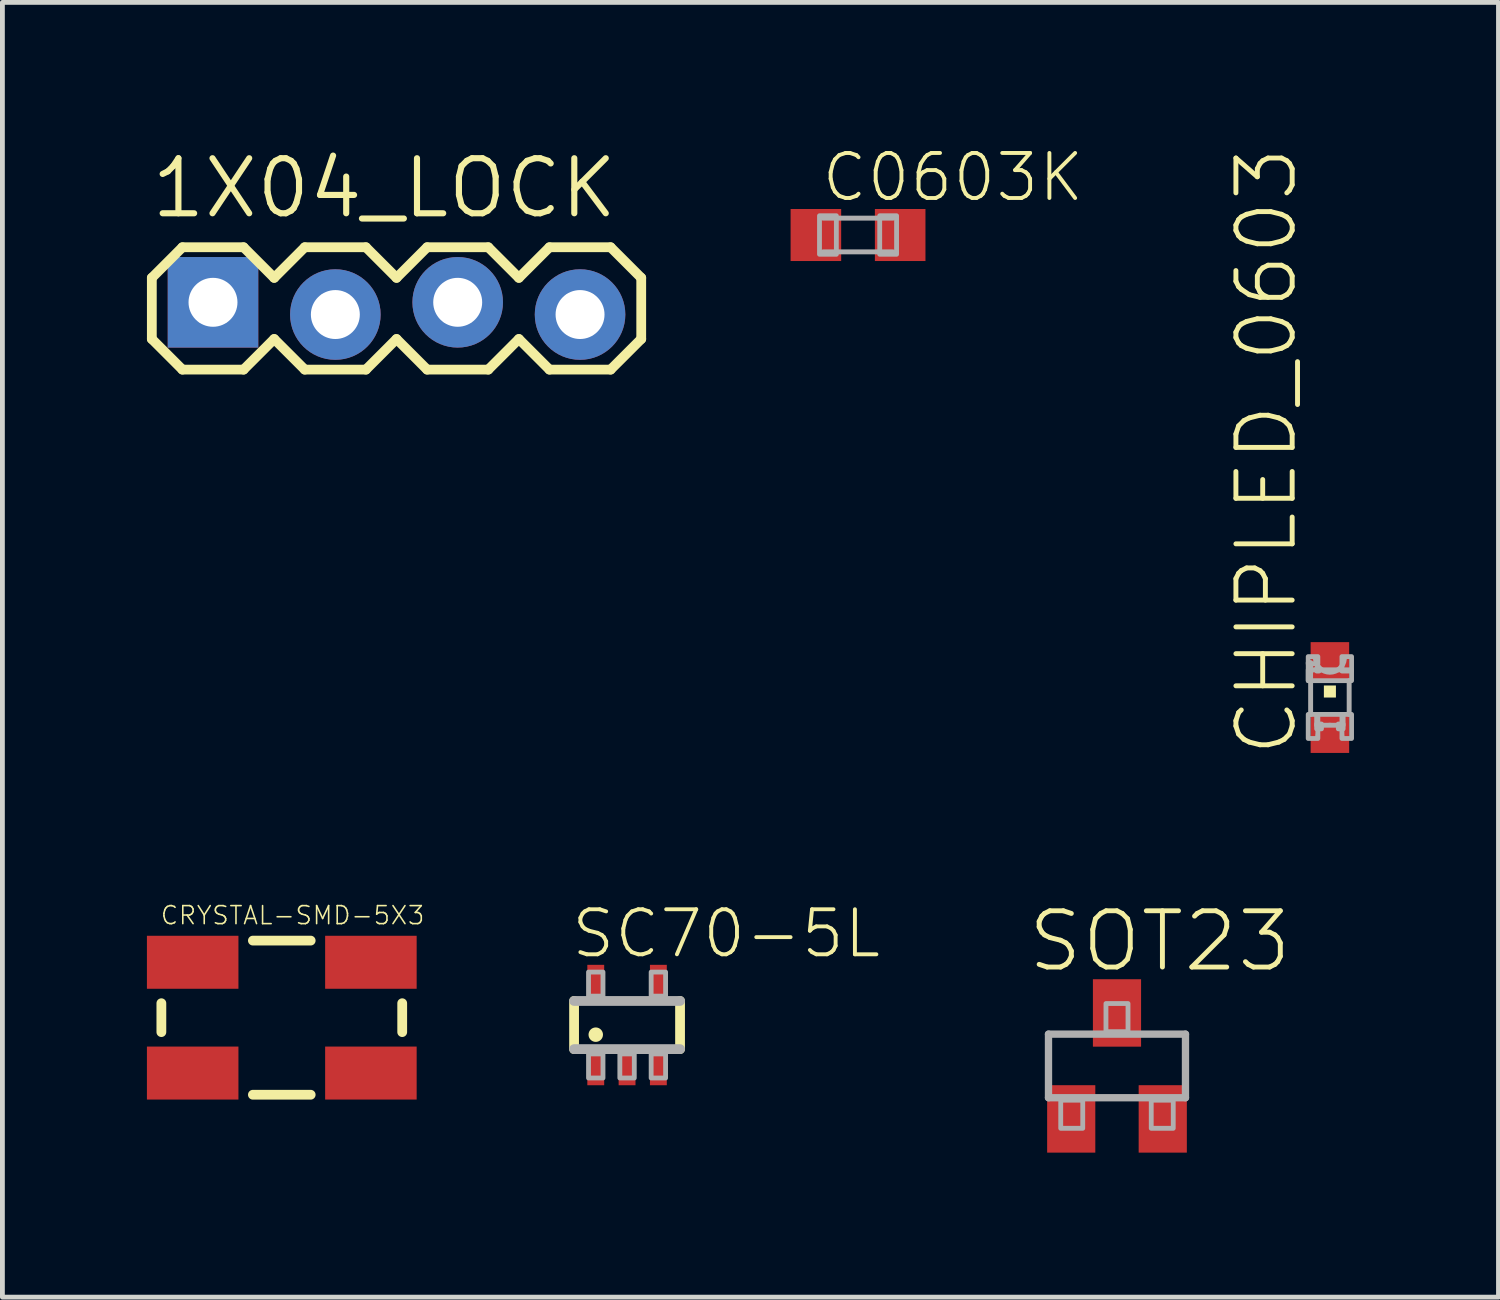
<source format=kicad_pcb>
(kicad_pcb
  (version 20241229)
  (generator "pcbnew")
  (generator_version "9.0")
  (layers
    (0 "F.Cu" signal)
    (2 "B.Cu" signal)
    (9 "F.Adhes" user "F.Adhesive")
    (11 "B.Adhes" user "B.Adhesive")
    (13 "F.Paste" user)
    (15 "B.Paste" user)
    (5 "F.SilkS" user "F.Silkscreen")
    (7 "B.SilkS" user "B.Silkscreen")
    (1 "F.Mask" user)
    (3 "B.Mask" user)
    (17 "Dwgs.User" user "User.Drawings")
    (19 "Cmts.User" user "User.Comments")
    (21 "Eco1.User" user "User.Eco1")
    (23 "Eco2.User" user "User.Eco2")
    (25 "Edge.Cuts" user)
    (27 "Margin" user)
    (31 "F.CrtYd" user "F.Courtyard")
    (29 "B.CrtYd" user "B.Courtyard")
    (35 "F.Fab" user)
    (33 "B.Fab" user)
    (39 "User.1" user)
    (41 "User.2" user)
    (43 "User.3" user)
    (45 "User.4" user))
  (footprint "C0603K"
    (layer "F.Cu")
    (at 14.763 1.829)
    (property "Reference" "C0603K" (at -0.8 -0.65 0) (layer "F.SilkS") (effects (font (size 0.935 0.935) (thickness 0.081)) (justify left bottom)))
    (fp_line (start -0.725 -0.35) (end 0.725 -0.35) (stroke (width 0.102) (type solid)) (layer "F.Fab"))
    (fp_line (start 0.725 0.35) (end -0.725 0.35) (stroke (width 0.102) (type solid)) (layer "F.Fab"))
    (fp_poly (pts (xy -0.8 0.4) (xy -0.45 0.4) (xy -0.45 -0.4) (xy -0.8 -0.4)) (stroke (width 0.1) (type solid)) (fill no) (layer "F.Fab"))
    (fp_poly (pts (xy 0.45 0.4) (xy 0.8 0.4) (xy 0.8 -0.4) (xy 0.45 -0.4)) (stroke (width 0.1) (type solid)) (fill no) (layer "F.Fab"))
    (pad "1" smd rect (at -0.875 0) (size 1.05 1.08) (layers "F.Cu" "F.Mask" "F.Paste"))
    (pad "2" smd rect (at 0.875 0) (size 1.05 1.08) (layers "F.Cu" "F.Mask" "F.Paste")))
  (footprint "1X04_LOCK"
    (layer "F.Cu")
    (at 1.372 3.353)
    (property "Reference" "1X04_LOCK" (at -1.346 -1.829 0) (layer "F.SilkS") (effects (font (size 1.143 1.143) (thickness 0.127)) (justify left bottom)))
    (fp_line (start -1.27 -0.635) (end -1.27 0.635) (stroke (width 0.203) (type solid)) (layer "F.SilkS"))
    (fp_line (start -1.27 0.635) (end -0.635 1.27) (stroke (width 0.203) (type solid)) (layer "F.SilkS"))
    (fp_line (start -0.635 -1.27) (end -1.27 -0.635) (stroke (width 0.203) (type solid)) (layer "F.SilkS"))
    (fp_line (start -0.635 -1.27) (end 0.635 -1.27) (stroke (width 0.203) (type solid)) (layer "F.SilkS"))
    (fp_line (start 0.635 -1.27) (end 1.27 -0.635) (stroke (width 0.203) (type solid)) (layer "F.SilkS"))
    (fp_line (start 0.635 1.27) (end -0.635 1.27) (stroke (width 0.203) (type solid)) (layer "F.SilkS"))
    (fp_line (start 1.27 -0.635) (end 1.905 -1.27) (stroke (width 0.203) (type solid)) (layer "F.SilkS"))
    (fp_line (start 1.27 0.635) (end 0.635 1.27) (stroke (width 0.203) (type solid)) (layer "F.SilkS"))
    (fp_line (start 1.905 -1.27) (end 3.175 -1.27) (stroke (width 0.203) (type solid)) (layer "F.SilkS"))
    (fp_line (start 1.905 1.27) (end 1.27 0.635) (stroke (width 0.203) (type solid)) (layer "F.SilkS"))
    (fp_line (start 3.175 -1.27) (end 3.81 -0.635) (stroke (width 0.203) (type solid)) (layer "F.SilkS"))
    (fp_line (start 3.175 1.27) (end 1.905 1.27) (stroke (width 0.203) (type solid)) (layer "F.SilkS"))
    (fp_line (start 3.81 -0.635) (end 4.445 -1.27) (stroke (width 0.203) (type solid)) (layer "F.SilkS"))
    (fp_line (start 3.81 0.635) (end 3.175 1.27) (stroke (width 0.203) (type solid)) (layer "F.SilkS"))
    (fp_line (start 4.445 -1.27) (end 5.715 -1.27) (stroke (width 0.203) (type solid)) (layer "F.SilkS"))
    (fp_line (start 4.445 1.27) (end 3.81 0.635) (stroke (width 0.203) (type solid)) (layer "F.SilkS"))
    (fp_line (start 5.715 -1.27) (end 6.35 -0.635) (stroke (width 0.203) (type solid)) (layer "F.SilkS"))
    (fp_line (start 5.715 1.27) (end 4.445 1.27) (stroke (width 0.203) (type solid)) (layer "F.SilkS"))
    (fp_line (start 6.35 0.635) (end 5.715 1.27) (stroke (width 0.203) (type solid)) (layer "F.SilkS"))
    (fp_line (start 6.35 0.635) (end 6.985 1.27) (stroke (width 0.203) (type solid)) (layer "F.SilkS"))
    (fp_line (start 6.985 -1.27) (end 6.35 -0.635) (stroke (width 0.203) (type solid)) (layer "F.SilkS"))
    (fp_line (start 6.985 -1.27) (end 8.255 -1.27) (stroke (width 0.203) (type solid)) (layer "F.SilkS"))
    (fp_line (start 8.255 -1.27) (end 8.89 -0.635) (stroke (width 0.203) (type solid)) (layer "F.SilkS"))
    (fp_line (start 8.255 1.27) (end 6.985 1.27) (stroke (width 0.203) (type solid)) (layer "F.SilkS"))
    (fp_line (start 8.89 -0.635) (end 8.89 0.635) (stroke (width 0.203) (type solid)) (layer "F.SilkS"))
    (fp_line (start 8.89 0.635) (end 8.255 1.27) (stroke (width 0.203) (type solid)) (layer "F.SilkS"))
    (fp_poly (pts (xy -0.254 0.254) (xy 0.254 0.254) (xy 0.254 -0.254) (xy -0.254 -0.254)) (stroke (width 0.1) (type solid)) (fill no) (layer "F.Fab"))
    (fp_poly (pts (xy 2.286 0.254) (xy 2.794 0.254) (xy 2.794 -0.254) (xy 2.286 -0.254)) (stroke (width 0.1) (type solid)) (fill no) (layer "F.Fab"))
    (fp_poly (pts (xy 4.826 0.254) (xy 5.334 0.254) (xy 5.334 -0.254) (xy 4.826 -0.254)) (stroke (width 0.1) (type solid)) (fill no) (layer "F.Fab"))
    (fp_poly (pts (xy 7.366 0.254) (xy 7.874 0.254) (xy 7.874 -0.254) (xy 7.366 -0.254)) (stroke (width 0.1) (type solid)) (fill no) (layer "F.Fab"))
    (pad "1" thru_hole rect (at 0 -0.127 90) (size 1.88 1.88) (drill 1.016) (layers "*.Cu" "*.Mask"))
    (pad "2" thru_hole circle (at 2.54 0.127 90) (size 1.88 1.88) (drill 1.016) (layers "*.Cu" "*.Mask"))
    (pad "3" thru_hole circle (at 5.08 -0.127 90) (size 1.88 1.88) (drill 1.016) (layers "*.Cu" "*.Mask"))
    (pad "4" thru_hole circle (at 7.62 0.127 90) (size 1.88 1.88) (drill 1.016) (layers "*.Cu" "*.Mask")))
  (footprint "CHIPLED_0603"
    (layer "F.Cu")
    (at 24.559 11.431)
    (property "Reference" "CHIPLED_0603" (at -0.635 1.27 90) (layer "F.SilkS") (effects (font (size 1.168 1.168) (thickness 0.102)) (justify left bottom)))
    (fp_poly (pts (xy -0.125 0) (xy 0.125 0) (xy 0.125 -0.25) (xy -0.125 -0.25)) (stroke (width 0) (type solid)) (fill yes) (layer "F.SilkS"))
    (fp_line (start -0.4 -0.375) (end -0.4 0.35) (stroke (width 0.102) (type solid)) (layer "F.Fab"))
    (fp_line (start 0.4 -0.35) (end 0.4 0.35) (stroke (width 0.102) (type solid)) (layer "F.Fab"))
    (fp_arc (start -0.275 0.825) (mid 0 0.55) (end 0.275 0.825) (stroke (width 0.0508) (type solid)) (layer "F.Fab"))
    (fp_arc (start 0.3 -0.799998) (mid -0.000001 -0.524966) (end -0.3 -0.8) (stroke (width 0.1016) (type solid)) (layer "F.Fab"))
    (fp_circle (center -0.35 -0.625) (end -0.275 -0.625) (stroke (width 0.051) (type solid)) (fill no) (layer "F.Fab"))
    (fp_poly (pts (xy -0.45 -0.7) (xy -0.25 -0.7) (xy -0.25 -0.85) (xy -0.45 -0.85)) (stroke (width 0.1) (type solid)) (fill no) (layer "F.Fab"))
    (fp_poly (pts (xy -0.45 -0.35) (xy -0.4 -0.35) (xy -0.4 -0.725) (xy -0.45 -0.725)) (stroke (width 0.1) (type solid)) (fill no) (layer "F.Fab"))
    (fp_poly (pts (xy -0.45 -0.35) (xy 0.45 -0.35) (xy 0.45 -0.575) (xy -0.45 -0.575)) (stroke (width 0.1) (type solid)) (fill no) (layer "F.Fab"))
    (fp_poly (pts (xy -0.45 0.85) (xy -0.25 0.85) (xy -0.25 0.35) (xy -0.45 0.35)) (stroke (width 0.1) (type solid)) (fill no) (layer "F.Fab"))
    (fp_poly (pts (xy -0.275 -0.55) (xy -0.225 -0.55) (xy -0.225 -0.6) (xy -0.275 -0.6)) (stroke (width 0.1) (type solid)) (fill no) (layer "F.Fab"))
    (fp_poly (pts (xy -0.275 0.575) (xy 0.275 0.575) (xy 0.275 0.35) (xy -0.275 0.35)) (stroke (width 0.1) (type solid)) (fill no) (layer "F.Fab"))
    (fp_poly (pts (xy -0.275 0.65) (xy -0.175 0.65) (xy -0.175 0.55) (xy -0.275 0.55)) (stroke (width 0.1) (type solid)) (fill no) (layer "F.Fab"))
    (fp_poly (pts (xy 0.175 0.65) (xy 0.275 0.65) (xy 0.275 0.55) (xy 0.175 0.55)) (stroke (width 0.1) (type solid)) (fill no) (layer "F.Fab"))
    (fp_poly (pts (xy 0.25 -0.55) (xy 0.45 -0.55) (xy 0.45 -0.85) (xy 0.25 -0.85)) (stroke (width 0.1) (type solid)) (fill no) (layer "F.Fab"))
    (fp_poly (pts (xy 0.25 0.85) (xy 0.45 0.85) (xy 0.45 0.35) (xy 0.25 0.35)) (stroke (width 0.1) (type solid)) (fill no) (layer "F.Fab"))
    (pad "A" smd rect (at 0 0.75) (size 0.8 0.8) (layers "F.Cu" "F.Mask" "F.Paste"))
    (pad "C" smd rect (at 0 -0.75) (size 0.8 0.8) (layers "F.Cu" "F.Mask" "F.Paste")))
  (footprint "CRYSTAL-SMD-5X3"
    (layer "F.Cu")
    (at 2.8 18.077)
    (property "Reference" "CRYSTAL-SMD-5X3" (at -2.54 -1.905 0) (layer "F.SilkS") (effects (font (size 0.374 0.374) (thickness 0.033)) (justify left bottom)))
    (fp_line (start -2.5 -0.3) (end -2.5 0.3) (stroke (width 0.203) (type solid)) (layer "F.SilkS"))
    (fp_line (start -0.6 -1.6) (end 0.6 -1.6) (stroke (width 0.203) (type solid)) (layer "F.SilkS"))
    (fp_line (start 0.6 1.6) (end -0.6 1.6) (stroke (width 0.203) (type solid)) (layer "F.SilkS"))
    (fp_line (start 2.5 -0.3) (end 2.5 0.3) (stroke (width 0.203) (type solid)) (layer "F.SilkS"))
    (pad "1" smd rect (at -1.85 1.15) (size 1.9 1.1) (layers "F.Cu" "F.Mask" "F.Paste"))
    (pad "2" smd rect (at 1.85 1.15) (size 1.9 1.1) (layers "F.Cu" "F.Mask" "F.Paste"))
    (pad "3" smd rect (at 1.85 -1.15) (size 1.9 1.1) (layers "F.Cu" "F.Mask" "F.Paste"))
    (pad "4" smd rect (at -1.85 -1.15) (size 1.9 1.1) (layers "F.Cu" "F.Mask" "F.Paste")))
  (footprint "SC70-5L"
    (layer "F.Cu")
    (at 9.968 18.23)
    (property "Reference" "SC70-5L" (at -1.2 -1.35 0) (layer "F.SilkS") (effects (font (size 0.935 0.935) (thickness 0.081)) (justify left bottom)))
    (fp_line (start -1.1 0.5) (end -1.1 -0.5) (stroke (width 0.203) (type solid)) (layer "F.SilkS"))
    (fp_line (start 1.1 -0.5) (end 1.1 0.5) (stroke (width 0.203) (type solid)) (layer "F.SilkS"))
    (fp_circle (center -0.65 0.2) (end -0.575 0.2) (stroke (width 0.15) (type solid)) (fill yes) (layer "F.SilkS"))
    (fp_line (start -1.1 -0.5) (end 1.1 -0.5) (stroke (width 0.203) (type solid)) (layer "F.Fab"))
    (fp_line (start 1.1 0.5) (end -1.1 0.5) (stroke (width 0.203) (type solid)) (layer "F.Fab"))
    (fp_poly (pts (xy -0.8 -0.6) (xy -0.5 -0.6) (xy -0.5 -1.1) (xy -0.8 -1.1)) (stroke (width 0.1) (type solid)) (fill no) (layer "F.Fab"))
    (fp_poly (pts (xy -0.8 1.1) (xy -0.5 1.1) (xy -0.5 0.6) (xy -0.8 0.6)) (stroke (width 0.1) (type solid)) (fill no) (layer "F.Fab"))
    (fp_poly (pts (xy -0.15 1.1) (xy 0.15 1.1) (xy 0.15 0.6) (xy -0.15 0.6)) (stroke (width 0.1) (type solid)) (fill no) (layer "F.Fab"))
    (fp_poly (pts (xy 0.5 -0.6) (xy 0.8 -0.6) (xy 0.8 -1.1) (xy 0.5 -1.1)) (stroke (width 0.1) (type solid)) (fill no) (layer "F.Fab"))
    (fp_poly (pts (xy 0.5 1.1) (xy 0.8 1.1) (xy 0.8 0.6) (xy 0.5 0.6)) (stroke (width 0.1) (type solid)) (fill no) (layer "F.Fab"))
    (pad "1" smd rect (at -0.65 0.85) (size 0.35 0.8) (layers "F.Cu" "F.Mask" "F.Paste"))
    (pad "2" smd rect (at 0 0.85) (size 0.35 0.8) (layers "F.Cu" "F.Mask" "F.Paste"))
    (pad "3" smd rect (at 0.65 0.85) (size 0.35 0.8) (layers "F.Cu" "F.Mask" "F.Paste"))
    (pad "4" smd rect (at 0.65 -0.85) (size 0.35 0.8) (layers "F.Cu" "F.Mask" "F.Paste"))
    (pad "5" smd rect (at -0.65 -0.85) (size 0.35 0.8) (layers "F.Cu" "F.Mask" "F.Paste")))
  (footprint "SOT23"
    (layer "F.Cu")
    (at 20.139 19.079)
    (property "Reference" "SOT23" (at -1.905 -1.905 0) (layer "F.SilkS") (effects (font (size 1.168 1.168) (thickness 0.102)) (justify left bottom)))
    (fp_line (start -1.422 -0.66) (end 1.422 -0.66) (stroke (width 0.152) (type solid)) (layer "F.Fab"))
    (fp_line (start -1.422 0.66) (end -1.422 -0.66) (stroke (width 0.152) (type solid)) (layer "F.Fab"))
    (fp_line (start 1.422 -0.66) (end 1.422 0.66) (stroke (width 0.152) (type solid)) (layer "F.Fab"))
    (fp_line (start 1.422 0.66) (end -1.422 0.66) (stroke (width 0.152) (type solid)) (layer "F.Fab"))
    (fp_poly (pts (xy -1.168 1.295) (xy -0.711 1.295) (xy -0.711 0.711) (xy -1.168 0.711)) (stroke (width 0.1) (type solid)) (fill no) (layer "F.Fab"))
    (fp_poly (pts (xy -0.229 -0.711) (xy 0.229 -0.711) (xy 0.229 -1.295) (xy -0.229 -1.295)) (stroke (width 0.1) (type solid)) (fill no) (layer "F.Fab"))
    (fp_poly (pts (xy 0.711 1.295) (xy 1.168 1.295) (xy 1.168 0.711) (xy 0.711 0.711)) (stroke (width 0.1) (type solid)) (fill no) (layer "F.Fab"))
    (pad "1" smd rect (at -0.95 1.1) (size 1 1.4) (layers "F.Cu" "F.Mask" "F.Paste"))
    (pad "2" smd rect (at 0.95 1.1) (size 1 1.4) (layers "F.Cu" "F.Mask" "F.Paste"))
    (pad "3" smd rect (at 0 -1.1) (size 1 1.4) (layers "F.Cu" "F.Mask" "F.Paste")))
  (gr_rect
    (start -3 -3)
    (end 28.059 23.879)
    (stroke (width 0.1) (type default))
    (fill no)
    (layer "Edge.Cuts")))
</source>
